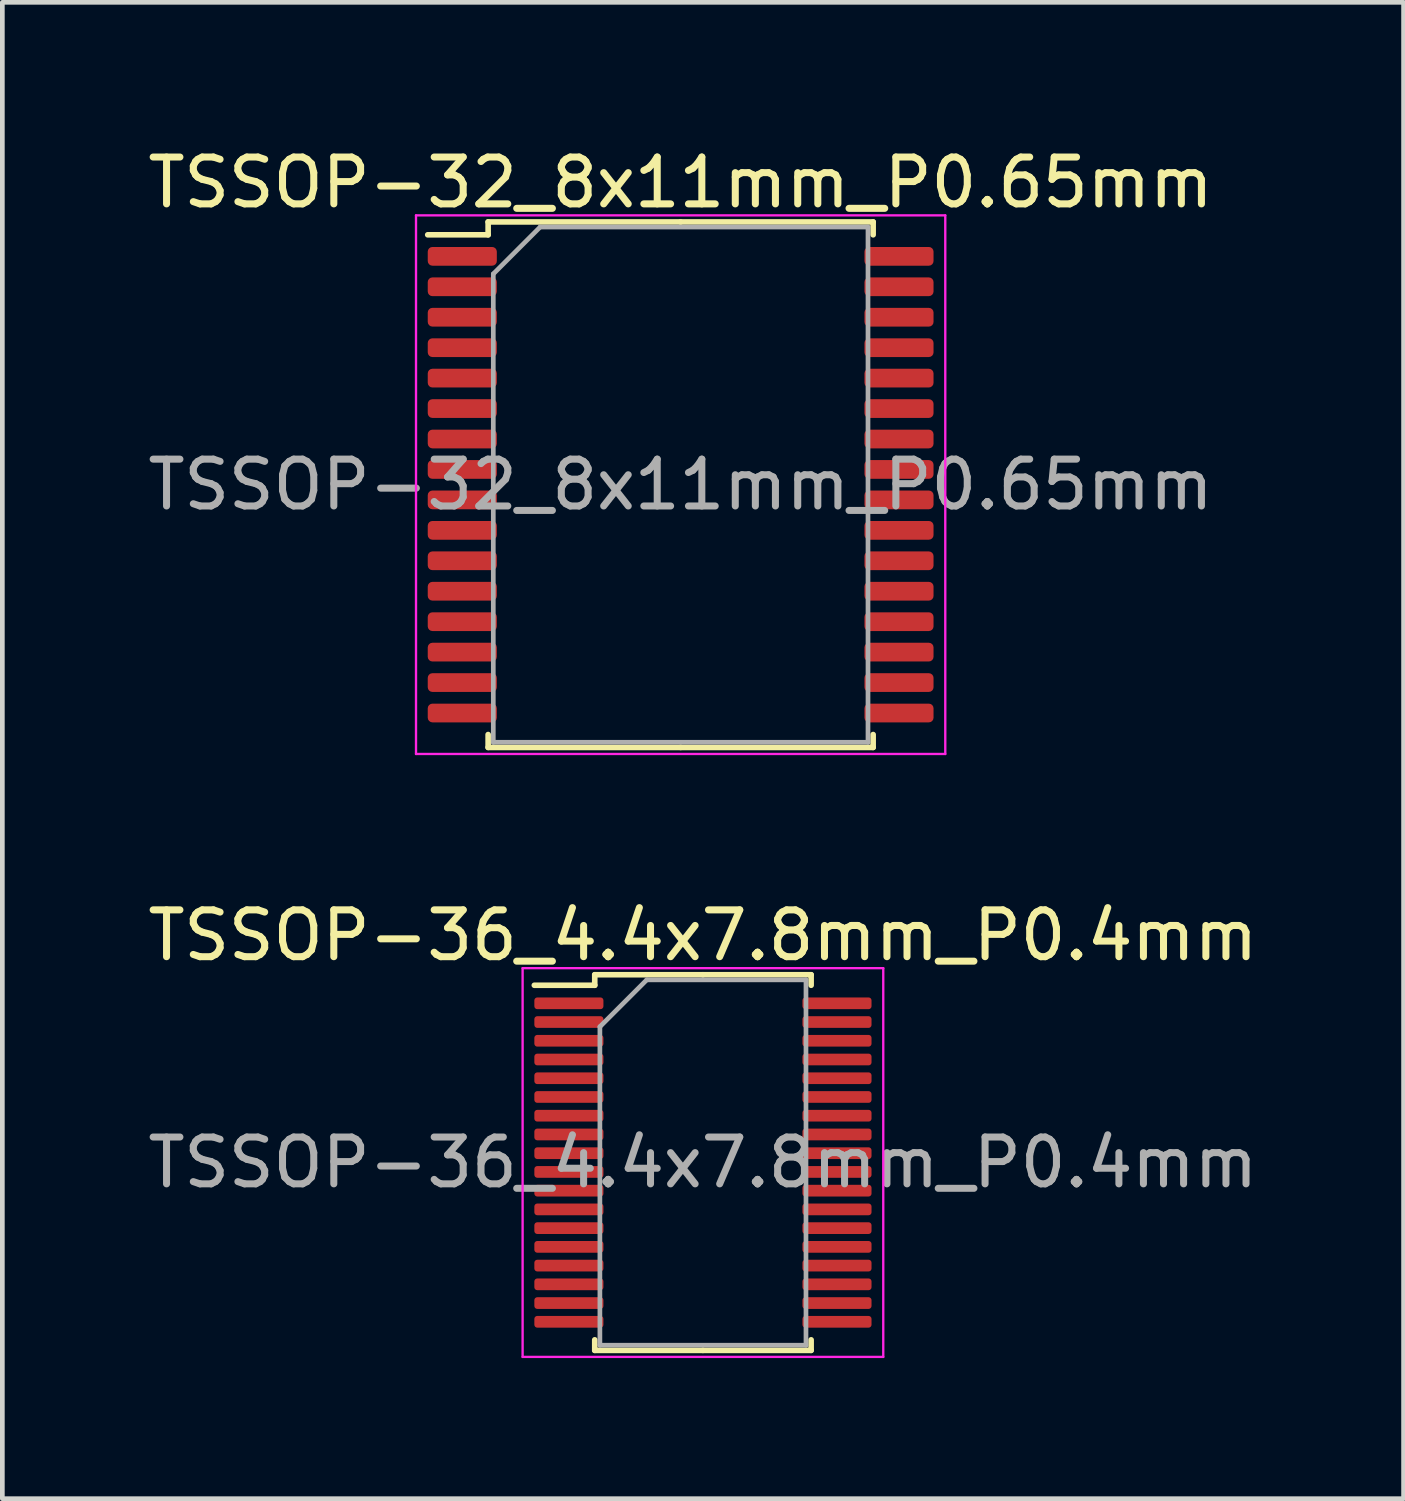
<source format=kicad_pcb>
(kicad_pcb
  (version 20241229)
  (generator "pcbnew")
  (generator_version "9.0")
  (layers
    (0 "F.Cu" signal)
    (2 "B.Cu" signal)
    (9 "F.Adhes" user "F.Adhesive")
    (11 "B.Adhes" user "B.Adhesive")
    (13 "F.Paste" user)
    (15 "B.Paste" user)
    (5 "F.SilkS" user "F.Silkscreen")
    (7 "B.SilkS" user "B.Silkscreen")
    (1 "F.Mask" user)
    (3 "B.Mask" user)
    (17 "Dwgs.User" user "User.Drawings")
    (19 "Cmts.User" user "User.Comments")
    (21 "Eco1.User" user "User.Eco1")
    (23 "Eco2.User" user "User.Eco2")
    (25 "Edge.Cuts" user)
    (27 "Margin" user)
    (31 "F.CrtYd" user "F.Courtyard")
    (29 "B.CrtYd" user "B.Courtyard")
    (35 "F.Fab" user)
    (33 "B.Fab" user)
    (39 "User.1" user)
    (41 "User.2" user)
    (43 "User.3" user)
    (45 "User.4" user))
  (footprint "TSSOP-32_8x11mm_P0.65mm"
    (layer "F.Cu")
    (at 11.482 7.298)
    (property "Reference" "TSSOP-32_8x11mm_P0.65mm" (at 0 -6.45 0) (layer "F.SilkS") (effects (font (size 1 1) (thickness 0.15))))
    (attr smd)
    (fp_line (start -4.11 -5.61) (end -4.11 -5.335) (stroke (width 0.12) (type solid)) (layer "F.SilkS"))
    (fp_line (start -4.11 -5.335) (end -5.4 -5.335) (stroke (width 0.12) (type solid)) (layer "F.SilkS"))
    (fp_line (start -4.11 5.61) (end -4.11 5.335) (stroke (width 0.12) (type solid)) (layer "F.SilkS"))
    (fp_line (start 0 -5.61) (end -4.11 -5.61) (stroke (width 0.12) (type solid)) (layer "F.SilkS"))
    (fp_line (start 0 -5.61) (end 4.11 -5.61) (stroke (width 0.12) (type solid)) (layer "F.SilkS"))
    (fp_line (start 0 5.61) (end -4.11 5.61) (stroke (width 0.12) (type solid)) (layer "F.SilkS"))
    (fp_line (start 0 5.61) (end 4.11 5.61) (stroke (width 0.12) (type solid)) (layer "F.SilkS"))
    (fp_line (start 4.11 -5.61) (end 4.11 -5.335) (stroke (width 0.12) (type solid)) (layer "F.SilkS"))
    (fp_line (start 4.11 5.61) (end 4.11 5.335) (stroke (width 0.12) (type solid)) (layer "F.SilkS"))
    (fp_line (start -5.65 -5.75) (end -5.65 5.75) (stroke (width 0.05) (type solid)) (layer "F.CrtYd"))
    (fp_line (start -5.65 5.75) (end 5.65 5.75) (stroke (width 0.05) (type solid)) (layer "F.CrtYd"))
    (fp_line (start 5.65 -5.75) (end -5.65 -5.75) (stroke (width 0.05) (type solid)) (layer "F.CrtYd"))
    (fp_line (start 5.65 5.75) (end 5.65 -5.75) (stroke (width 0.05) (type solid)) (layer "F.CrtYd"))
    (fp_line (start -4 -4.5) (end -3 -5.5) (stroke (width 0.1) (type solid)) (layer "F.Fab"))
    (fp_line (start -4 5.5) (end -4 -4.5) (stroke (width 0.1) (type solid)) (layer "F.Fab"))
    (fp_line (start -3 -5.5) (end 4 -5.5) (stroke (width 0.1) (type solid)) (layer "F.Fab"))
    (fp_line (start 4 -5.5) (end 4 5.5) (stroke (width 0.1) (type solid)) (layer "F.Fab"))
    (fp_line (start 4 5.5) (end -4 5.5) (stroke (width 0.1) (type solid)) (layer "F.Fab"))
    (fp_text user "${REFERENCE}" (at 0 0 0) (layer "F.Fab") (effects (font (size 1 1) (thickness 0.15))))
    (pad "1" smd roundrect (at -4.662 -4.875) (size 1.475 0.4) (layers "F.Cu" "F.Mask" "F.Paste") (roundrect_rratio 0.25))
    (pad "2" smd roundrect (at -4.662 -4.225) (size 1.475 0.4) (layers "F.Cu" "F.Mask" "F.Paste") (roundrect_rratio 0.25))
    (pad "3" smd roundrect (at -4.662 -3.575) (size 1.475 0.4) (layers "F.Cu" "F.Mask" "F.Paste") (roundrect_rratio 0.25))
    (pad "4" smd roundrect (at -4.662 -2.925) (size 1.475 0.4) (layers "F.Cu" "F.Mask" "F.Paste") (roundrect_rratio 0.25))
    (pad "5" smd roundrect (at -4.662 -2.275) (size 1.475 0.4) (layers "F.Cu" "F.Mask" "F.Paste") (roundrect_rratio 0.25))
    (pad "6" smd roundrect (at -4.662 -1.625) (size 1.475 0.4) (layers "F.Cu" "F.Mask" "F.Paste") (roundrect_rratio 0.25))
    (pad "7" smd roundrect (at -4.662 -0.975) (size 1.475 0.4) (layers "F.Cu" "F.Mask" "F.Paste") (roundrect_rratio 0.25))
    (pad "8" smd roundrect (at -4.662 -0.325) (size 1.475 0.4) (layers "F.Cu" "F.Mask" "F.Paste") (roundrect_rratio 0.25))
    (pad "9" smd roundrect (at -4.662 0.325) (size 1.475 0.4) (layers "F.Cu" "F.Mask" "F.Paste") (roundrect_rratio 0.25))
    (pad "10" smd roundrect (at -4.662 0.975) (size 1.475 0.4) (layers "F.Cu" "F.Mask" "F.Paste") (roundrect_rratio 0.25))
    (pad "11" smd roundrect (at -4.662 1.625) (size 1.475 0.4) (layers "F.Cu" "F.Mask" "F.Paste") (roundrect_rratio 0.25))
    (pad "12" smd roundrect (at -4.662 2.275) (size 1.475 0.4) (layers "F.Cu" "F.Mask" "F.Paste") (roundrect_rratio 0.25))
    (pad "13" smd roundrect (at -4.662 2.925) (size 1.475 0.4) (layers "F.Cu" "F.Mask" "F.Paste") (roundrect_rratio 0.25))
    (pad "14" smd roundrect (at -4.662 3.575) (size 1.475 0.4) (layers "F.Cu" "F.Mask" "F.Paste") (roundrect_rratio 0.25))
    (pad "15" smd roundrect (at -4.662 4.225) (size 1.475 0.4) (layers "F.Cu" "F.Mask" "F.Paste") (roundrect_rratio 0.25))
    (pad "16" smd roundrect (at -4.662 4.875) (size 1.475 0.4) (layers "F.Cu" "F.Mask" "F.Paste") (roundrect_rratio 0.25))
    (pad "17" smd roundrect (at 4.662 4.875) (size 1.475 0.4) (layers "F.Cu" "F.Mask" "F.Paste") (roundrect_rratio 0.25))
    (pad "18" smd roundrect (at 4.662 4.225) (size 1.475 0.4) (layers "F.Cu" "F.Mask" "F.Paste") (roundrect_rratio 0.25))
    (pad "19" smd roundrect (at 4.662 3.575) (size 1.475 0.4) (layers "F.Cu" "F.Mask" "F.Paste") (roundrect_rratio 0.25))
    (pad "20" smd roundrect (at 4.662 2.925) (size 1.475 0.4) (layers "F.Cu" "F.Mask" "F.Paste") (roundrect_rratio 0.25))
    (pad "21" smd roundrect (at 4.662 2.275) (size 1.475 0.4) (layers "F.Cu" "F.Mask" "F.Paste") (roundrect_rratio 0.25))
    (pad "22" smd roundrect (at 4.662 1.625) (size 1.475 0.4) (layers "F.Cu" "F.Mask" "F.Paste") (roundrect_rratio 0.25))
    (pad "23" smd roundrect (at 4.662 0.975) (size 1.475 0.4) (layers "F.Cu" "F.Mask" "F.Paste") (roundrect_rratio 0.25))
    (pad "24" smd roundrect (at 4.662 0.325) (size 1.475 0.4) (layers "F.Cu" "F.Mask" "F.Paste") (roundrect_rratio 0.25))
    (pad "25" smd roundrect (at 4.662 -0.325) (size 1.475 0.4) (layers "F.Cu" "F.Mask" "F.Paste") (roundrect_rratio 0.25))
    (pad "26" smd roundrect (at 4.662 -0.975) (size 1.475 0.4) (layers "F.Cu" "F.Mask" "F.Paste") (roundrect_rratio 0.25))
    (pad "27" smd roundrect (at 4.662 -1.625) (size 1.475 0.4) (layers "F.Cu" "F.Mask" "F.Paste") (roundrect_rratio 0.25))
    (pad "28" smd roundrect (at 4.662 -2.275) (size 1.475 0.4) (layers "F.Cu" "F.Mask" "F.Paste") (roundrect_rratio 0.25))
    (pad "29" smd roundrect (at 4.662 -2.925) (size 1.475 0.4) (layers "F.Cu" "F.Mask" "F.Paste") (roundrect_rratio 0.25))
    (pad "30" smd roundrect (at 4.662 -3.575) (size 1.475 0.4) (layers "F.Cu" "F.Mask" "F.Paste") (roundrect_rratio 0.25))
    (pad "31" smd roundrect (at 4.662 -4.225) (size 1.475 0.4) (layers "F.Cu" "F.Mask" "F.Paste") (roundrect_rratio 0.25))
    (pad "32" smd roundrect (at 4.662 -4.875) (size 1.475 0.4) (layers "F.Cu" "F.Mask" "F.Paste") (roundrect_rratio 0.25)))
  (footprint "TSSOP-36_4.4x7.8mm_P0.4mm"
    (layer "F.Cu")
    (at 11.958 21.771)
    (property "Reference" "TSSOP-36_4.4x7.8mm_P0.4mm" (at 0 -4.85 0) (layer "F.SilkS") (effects (font (size 1 1) (thickness 0.15))))
    (attr smd)
    (fp_line (start -2.31 -4.01) (end -2.31 -3.785) (stroke (width 0.12) (type solid)) (layer "F.SilkS"))
    (fp_line (start -2.31 -3.785) (end -3.6 -3.785) (stroke (width 0.12) (type solid)) (layer "F.SilkS"))
    (fp_line (start -2.31 4.01) (end -2.31 3.785) (stroke (width 0.12) (type solid)) (layer "F.SilkS"))
    (fp_line (start 0 -4.01) (end -2.31 -4.01) (stroke (width 0.12) (type solid)) (layer "F.SilkS"))
    (fp_line (start 0 -4.01) (end 2.31 -4.01) (stroke (width 0.12) (type solid)) (layer "F.SilkS"))
    (fp_line (start 0 4.01) (end -2.31 4.01) (stroke (width 0.12) (type solid)) (layer "F.SilkS"))
    (fp_line (start 0 4.01) (end 2.31 4.01) (stroke (width 0.12) (type solid)) (layer "F.SilkS"))
    (fp_line (start 2.31 -4.01) (end 2.31 -3.785) (stroke (width 0.12) (type solid)) (layer "F.SilkS"))
    (fp_line (start 2.31 4.01) (end 2.31 3.785) (stroke (width 0.12) (type solid)) (layer "F.SilkS"))
    (fp_line (start -3.85 -4.15) (end -3.85 4.15) (stroke (width 0.05) (type solid)) (layer "F.CrtYd"))
    (fp_line (start -3.85 4.15) (end 3.85 4.15) (stroke (width 0.05) (type solid)) (layer "F.CrtYd"))
    (fp_line (start 3.85 -4.15) (end -3.85 -4.15) (stroke (width 0.05) (type solid)) (layer "F.CrtYd"))
    (fp_line (start 3.85 4.15) (end 3.85 -4.15) (stroke (width 0.05) (type solid)) (layer "F.CrtYd"))
    (fp_line (start -2.2 -2.9) (end -1.2 -3.9) (stroke (width 0.1) (type solid)) (layer "F.Fab"))
    (fp_line (start -2.2 3.9) (end -2.2 -2.9) (stroke (width 0.1) (type solid)) (layer "F.Fab"))
    (fp_line (start -1.2 -3.9) (end 2.2 -3.9) (stroke (width 0.1) (type solid)) (layer "F.Fab"))
    (fp_line (start 2.2 -3.9) (end 2.2 3.9) (stroke (width 0.1) (type solid)) (layer "F.Fab"))
    (fp_line (start 2.2 3.9) (end -2.2 3.9) (stroke (width 0.1) (type solid)) (layer "F.Fab"))
    (fp_text user "${REFERENCE}" (at 0 0 0) (layer "F.Fab") (effects (font (size 1 1) (thickness 0.15))))
    (pad "1" smd roundrect (at -2.862 -3.4) (size 1.475 0.25) (layers "F.Cu" "F.Mask" "F.Paste") (roundrect_rratio 0.25))
    (pad "2" smd roundrect (at -2.862 -3) (size 1.475 0.25) (layers "F.Cu" "F.Mask" "F.Paste") (roundrect_rratio 0.25))
    (pad "3" smd roundrect (at -2.862 -2.6) (size 1.475 0.25) (layers "F.Cu" "F.Mask" "F.Paste") (roundrect_rratio 0.25))
    (pad "4" smd roundrect (at -2.862 -2.2) (size 1.475 0.25) (layers "F.Cu" "F.Mask" "F.Paste") (roundrect_rratio 0.25))
    (pad "5" smd roundrect (at -2.862 -1.8) (size 1.475 0.25) (layers "F.Cu" "F.Mask" "F.Paste") (roundrect_rratio 0.25))
    (pad "6" smd roundrect (at -2.862 -1.4) (size 1.475 0.25) (layers "F.Cu" "F.Mask" "F.Paste") (roundrect_rratio 0.25))
    (pad "7" smd roundrect (at -2.862 -1) (size 1.475 0.25) (layers "F.Cu" "F.Mask" "F.Paste") (roundrect_rratio 0.25))
    (pad "8" smd roundrect (at -2.862 -0.6) (size 1.475 0.25) (layers "F.Cu" "F.Mask" "F.Paste") (roundrect_rratio 0.25))
    (pad "9" smd roundrect (at -2.862 -0.2) (size 1.475 0.25) (layers "F.Cu" "F.Mask" "F.Paste") (roundrect_rratio 0.25))
    (pad "10" smd roundrect (at -2.862 0.2) (size 1.475 0.25) (layers "F.Cu" "F.Mask" "F.Paste") (roundrect_rratio 0.25))
    (pad "11" smd roundrect (at -2.862 0.6) (size 1.475 0.25) (layers "F.Cu" "F.Mask" "F.Paste") (roundrect_rratio 0.25))
    (pad "12" smd roundrect (at -2.862 1) (size 1.475 0.25) (layers "F.Cu" "F.Mask" "F.Paste") (roundrect_rratio 0.25))
    (pad "13" smd roundrect (at -2.862 1.4) (size 1.475 0.25) (layers "F.Cu" "F.Mask" "F.Paste") (roundrect_rratio 0.25))
    (pad "14" smd roundrect (at -2.862 1.8) (size 1.475 0.25) (layers "F.Cu" "F.Mask" "F.Paste") (roundrect_rratio 0.25))
    (pad "15" smd roundrect (at -2.862 2.2) (size 1.475 0.25) (layers "F.Cu" "F.Mask" "F.Paste") (roundrect_rratio 0.25))
    (pad "16" smd roundrect (at -2.862 2.6) (size 1.475 0.25) (layers "F.Cu" "F.Mask" "F.Paste") (roundrect_rratio 0.25))
    (pad "17" smd roundrect (at -2.862 3) (size 1.475 0.25) (layers "F.Cu" "F.Mask" "F.Paste") (roundrect_rratio 0.25))
    (pad "18" smd roundrect (at -2.862 3.4) (size 1.475 0.25) (layers "F.Cu" "F.Mask" "F.Paste") (roundrect_rratio 0.25))
    (pad "19" smd roundrect (at 2.862 3.4) (size 1.475 0.25) (layers "F.Cu" "F.Mask" "F.Paste") (roundrect_rratio 0.25))
    (pad "20" smd roundrect (at 2.862 3) (size 1.475 0.25) (layers "F.Cu" "F.Mask" "F.Paste") (roundrect_rratio 0.25))
    (pad "21" smd roundrect (at 2.862 2.6) (size 1.475 0.25) (layers "F.Cu" "F.Mask" "F.Paste") (roundrect_rratio 0.25))
    (pad "22" smd roundrect (at 2.862 2.2) (size 1.475 0.25) (layers "F.Cu" "F.Mask" "F.Paste") (roundrect_rratio 0.25))
    (pad "23" smd roundrect (at 2.862 1.8) (size 1.475 0.25) (layers "F.Cu" "F.Mask" "F.Paste") (roundrect_rratio 0.25))
    (pad "24" smd roundrect (at 2.862 1.4) (size 1.475 0.25) (layers "F.Cu" "F.Mask" "F.Paste") (roundrect_rratio 0.25))
    (pad "25" smd roundrect (at 2.862 1) (size 1.475 0.25) (layers "F.Cu" "F.Mask" "F.Paste") (roundrect_rratio 0.25))
    (pad "26" smd roundrect (at 2.862 0.6) (size 1.475 0.25) (layers "F.Cu" "F.Mask" "F.Paste") (roundrect_rratio 0.25))
    (pad "27" smd roundrect (at 2.862 0.2) (size 1.475 0.25) (layers "F.Cu" "F.Mask" "F.Paste") (roundrect_rratio 0.25))
    (pad "28" smd roundrect (at 2.862 -0.2) (size 1.475 0.25) (layers "F.Cu" "F.Mask" "F.Paste") (roundrect_rratio 0.25))
    (pad "29" smd roundrect (at 2.862 -0.6) (size 1.475 0.25) (layers "F.Cu" "F.Mask" "F.Paste") (roundrect_rratio 0.25))
    (pad "30" smd roundrect (at 2.862 -1) (size 1.475 0.25) (layers "F.Cu" "F.Mask" "F.Paste") (roundrect_rratio 0.25))
    (pad "31" smd roundrect (at 2.862 -1.4) (size 1.475 0.25) (layers "F.Cu" "F.Mask" "F.Paste") (roundrect_rratio 0.25))
    (pad "32" smd roundrect (at 2.862 -1.8) (size 1.475 0.25) (layers "F.Cu" "F.Mask" "F.Paste") (roundrect_rratio 0.25))
    (pad "33" smd roundrect (at 2.862 -2.2) (size 1.475 0.25) (layers "F.Cu" "F.Mask" "F.Paste") (roundrect_rratio 0.25))
    (pad "34" smd roundrect (at 2.862 -2.6) (size 1.475 0.25) (layers "F.Cu" "F.Mask" "F.Paste") (roundrect_rratio 0.25))
    (pad "35" smd roundrect (at 2.862 -3) (size 1.475 0.25) (layers "F.Cu" "F.Mask" "F.Paste") (roundrect_rratio 0.25))
    (pad "36" smd roundrect (at 2.862 -3.4) (size 1.475 0.25) (layers "F.Cu" "F.Mask" "F.Paste") (roundrect_rratio 0.25)))
  (gr_rect
    (start -3 -3)
    (end 26.917 28.947)
    (stroke (width 0.1) (type default))
    (fill no)
    (layer "Edge.Cuts")))
</source>
